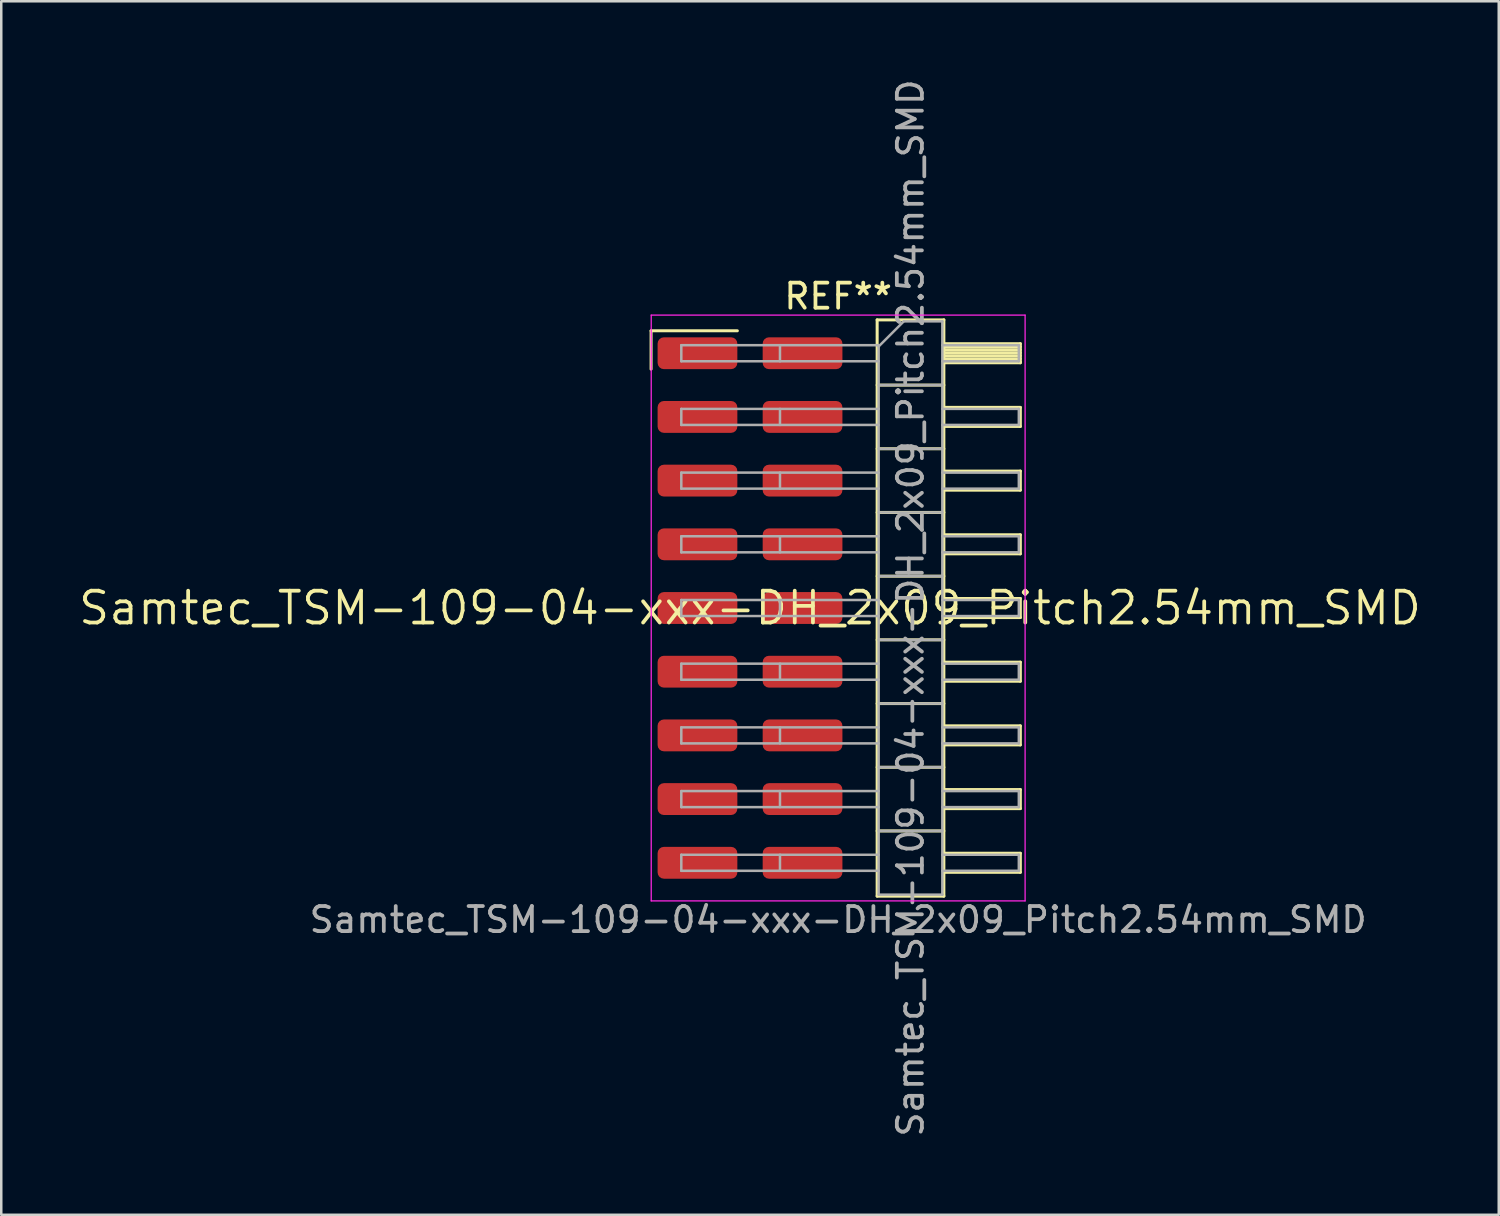
<source format=kicad_pcb>
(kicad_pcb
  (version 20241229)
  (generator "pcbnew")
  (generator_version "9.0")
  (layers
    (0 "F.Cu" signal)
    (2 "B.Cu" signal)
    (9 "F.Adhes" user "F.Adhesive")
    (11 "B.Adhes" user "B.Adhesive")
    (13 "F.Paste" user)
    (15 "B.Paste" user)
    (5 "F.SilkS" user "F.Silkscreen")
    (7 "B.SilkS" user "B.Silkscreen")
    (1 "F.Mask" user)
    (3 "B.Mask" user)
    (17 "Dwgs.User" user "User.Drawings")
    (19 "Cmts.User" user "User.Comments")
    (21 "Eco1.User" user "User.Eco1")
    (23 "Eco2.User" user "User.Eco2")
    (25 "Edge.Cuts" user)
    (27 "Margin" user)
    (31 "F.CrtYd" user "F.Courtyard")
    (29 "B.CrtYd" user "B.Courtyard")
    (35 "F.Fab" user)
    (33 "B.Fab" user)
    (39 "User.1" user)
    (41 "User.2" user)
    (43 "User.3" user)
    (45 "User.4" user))
  (footprint "Samtec_TSM-109-04-xxx-DH_2x09_Pitch2.54mm_SMD"
    (layer "F.Cu")
    (at 26.859 21.196)
    (property "Reference" "Samtec_TSM-109-04-xxx-DH_2x09_Pitch2.54mm_SMD" (at 0 0 0) (layer "F.SilkS") (effects (font (size 1.27 1.27) (thickness 0.15))))
    (attr smd)
    (fp_line (start -3.945 -11.055) (end -0.505 -11.055) (stroke (width 0.12) (type solid)) (layer "F.SilkS"))
    (fp_line (start -3.945 -9.525) (end -3.945 -11.055) (stroke (width 0.12) (type solid)) (layer "F.SilkS"))
    (fp_line (start 5.07 -11.49) (end 7.73 -11.49) (stroke (width 0.12) (type solid)) (layer "F.SilkS"))
    (fp_line (start 5.07 -8.89) (end 7.73 -8.89) (stroke (width 0.12) (type solid)) (layer "F.SilkS"))
    (fp_line (start 5.07 -6.35) (end 7.73 -6.35) (stroke (width 0.12) (type solid)) (layer "F.SilkS"))
    (fp_line (start 5.07 -3.81) (end 7.73 -3.81) (stroke (width 0.12) (type solid)) (layer "F.SilkS"))
    (fp_line (start 5.07 -1.27) (end 7.73 -1.27) (stroke (width 0.12) (type solid)) (layer "F.SilkS"))
    (fp_line (start 5.07 1.27) (end 7.73 1.27) (stroke (width 0.12) (type solid)) (layer "F.SilkS"))
    (fp_line (start 5.07 3.81) (end 7.73 3.81) (stroke (width 0.12) (type solid)) (layer "F.SilkS"))
    (fp_line (start 5.07 6.35) (end 7.73 6.35) (stroke (width 0.12) (type solid)) (layer "F.SilkS"))
    (fp_line (start 5.07 8.89) (end 7.73 8.89) (stroke (width 0.12) (type solid)) (layer "F.SilkS"))
    (fp_line (start 5.07 11.49) (end 5.07 -11.49) (stroke (width 0.12) (type solid)) (layer "F.SilkS"))
    (fp_line (start 7.73 -11.49) (end 7.73 11.49) (stroke (width 0.12) (type solid)) (layer "F.SilkS"))
    (fp_line (start 7.73 -10.54) (end 10.78 -10.54) (stroke (width 0.12) (type solid)) (layer "F.SilkS"))
    (fp_line (start 7.73 -10.42) (end 10.78 -10.42) (stroke (width 0.12) (type solid)) (layer "F.SilkS"))
    (fp_line (start 7.73 -10.3) (end 10.78 -10.3) (stroke (width 0.12) (type solid)) (layer "F.SilkS"))
    (fp_line (start 7.73 -10.18) (end 10.78 -10.18) (stroke (width 0.12) (type solid)) (layer "F.SilkS"))
    (fp_line (start 7.73 -10.06) (end 10.78 -10.06) (stroke (width 0.12) (type solid)) (layer "F.SilkS"))
    (fp_line (start 7.73 -9.94) (end 10.78 -9.94) (stroke (width 0.12) (type solid)) (layer "F.SilkS"))
    (fp_line (start 7.73 -9.82) (end 10.78 -9.82) (stroke (width 0.12) (type solid)) (layer "F.SilkS"))
    (fp_line (start 7.73 -9.78) (end 10.78 -9.78) (stroke (width 0.12) (type solid)) (layer "F.SilkS"))
    (fp_line (start 7.73 -8) (end 10.78 -8) (stroke (width 0.12) (type solid)) (layer "F.SilkS"))
    (fp_line (start 7.73 -7.24) (end 10.78 -7.24) (stroke (width 0.12) (type solid)) (layer "F.SilkS"))
    (fp_line (start 7.73 -5.46) (end 10.78 -5.46) (stroke (width 0.12) (type solid)) (layer "F.SilkS"))
    (fp_line (start 7.73 -4.7) (end 10.78 -4.7) (stroke (width 0.12) (type solid)) (layer "F.SilkS"))
    (fp_line (start 7.73 -2.92) (end 10.78 -2.92) (stroke (width 0.12) (type solid)) (layer "F.SilkS"))
    (fp_line (start 7.73 -2.16) (end 10.78 -2.16) (stroke (width 0.12) (type solid)) (layer "F.SilkS"))
    (fp_line (start 7.73 -0.38) (end 10.78 -0.38) (stroke (width 0.12) (type solid)) (layer "F.SilkS"))
    (fp_line (start 7.73 0.38) (end 10.78 0.38) (stroke (width 0.12) (type solid)) (layer "F.SilkS"))
    (fp_line (start 7.73 2.16) (end 10.78 2.16) (stroke (width 0.12) (type solid)) (layer "F.SilkS"))
    (fp_line (start 7.73 2.92) (end 10.78 2.92) (stroke (width 0.12) (type solid)) (layer "F.SilkS"))
    (fp_line (start 7.73 4.7) (end 10.78 4.7) (stroke (width 0.12) (type solid)) (layer "F.SilkS"))
    (fp_line (start 7.73 5.46) (end 10.78 5.46) (stroke (width 0.12) (type solid)) (layer "F.SilkS"))
    (fp_line (start 7.73 7.24) (end 10.78 7.24) (stroke (width 0.12) (type solid)) (layer "F.SilkS"))
    (fp_line (start 7.73 8) (end 10.78 8) (stroke (width 0.12) (type solid)) (layer "F.SilkS"))
    (fp_line (start 7.73 9.78) (end 10.78 9.78) (stroke (width 0.12) (type solid)) (layer "F.SilkS"))
    (fp_line (start 7.73 10.54) (end 10.78 10.54) (stroke (width 0.12) (type solid)) (layer "F.SilkS"))
    (fp_line (start 7.73 11.49) (end 5.07 11.49) (stroke (width 0.12) (type solid)) (layer "F.SilkS"))
    (fp_line (start 10.78 -10.54) (end 10.78 -9.78) (stroke (width 0.12) (type solid)) (layer "F.SilkS"))
    (fp_line (start 10.78 -8) (end 10.78 -7.24) (stroke (width 0.12) (type solid)) (layer "F.SilkS"))
    (fp_line (start 10.78 -5.46) (end 10.78 -4.7) (stroke (width 0.12) (type solid)) (layer "F.SilkS"))
    (fp_line (start 10.78 -2.92) (end 10.78 -2.16) (stroke (width 0.12) (type solid)) (layer "F.SilkS"))
    (fp_line (start 10.78 -0.38) (end 10.78 0.38) (stroke (width 0.12) (type solid)) (layer "F.SilkS"))
    (fp_line (start 10.78 2.16) (end 10.78 2.92) (stroke (width 0.12) (type solid)) (layer "F.SilkS"))
    (fp_line (start 10.78 4.7) (end 10.78 5.46) (stroke (width 0.12) (type solid)) (layer "F.SilkS"))
    (fp_line (start 10.78 7.24) (end 10.78 8) (stroke (width 0.12) (type solid)) (layer "F.SilkS"))
    (fp_line (start 10.78 9.78) (end 10.78 10.54) (stroke (width 0.12) (type solid)) (layer "F.SilkS"))
    (fp_line (start -3.94 -11.68) (end 10.97 -11.68) (stroke (width 0.05) (type solid)) (layer "F.CrtYd"))
    (fp_line (start -3.94 11.68) (end -3.94 -11.68) (stroke (width 0.05) (type solid)) (layer "F.CrtYd"))
    (fp_line (start 10.97 -11.68) (end 10.97 11.68) (stroke (width 0.05) (type solid)) (layer "F.CrtYd"))
    (fp_line (start 10.97 11.68) (end -3.94 11.68) (stroke (width 0.05) (type solid)) (layer "F.CrtYd"))
    (fp_line (start -2.74 -10.48) (end -2.74 -9.84) (stroke (width 0.1) (type solid)) (layer "F.Fab"))
    (fp_line (start -2.74 -10.48) (end 5.13 -10.48) (stroke (width 0.1) (type solid)) (layer "F.Fab"))
    (fp_line (start -2.74 -9.84) (end 5.13 -9.84) (stroke (width 0.1) (type solid)) (layer "F.Fab"))
    (fp_line (start -2.74 -7.94) (end -2.74 -7.3) (stroke (width 0.1) (type solid)) (layer "F.Fab"))
    (fp_line (start -2.74 -7.94) (end 5.13 -7.94) (stroke (width 0.1) (type solid)) (layer "F.Fab"))
    (fp_line (start -2.74 -7.3) (end 5.13 -7.3) (stroke (width 0.1) (type solid)) (layer "F.Fab"))
    (fp_line (start -2.74 -5.4) (end -2.74 -4.76) (stroke (width 0.1) (type solid)) (layer "F.Fab"))
    (fp_line (start -2.74 -5.4) (end 5.13 -5.4) (stroke (width 0.1) (type solid)) (layer "F.Fab"))
    (fp_line (start -2.74 -4.76) (end 5.13 -4.76) (stroke (width 0.1) (type solid)) (layer "F.Fab"))
    (fp_line (start -2.74 -2.86) (end -2.74 -2.22) (stroke (width 0.1) (type solid)) (layer "F.Fab"))
    (fp_line (start -2.74 -2.86) (end 5.13 -2.86) (stroke (width 0.1) (type solid)) (layer "F.Fab"))
    (fp_line (start -2.74 -2.22) (end 5.13 -2.22) (stroke (width 0.1) (type solid)) (layer "F.Fab"))
    (fp_line (start -2.74 -0.32) (end -2.74 0.32) (stroke (width 0.1) (type solid)) (layer "F.Fab"))
    (fp_line (start -2.74 -0.32) (end 5.13 -0.32) (stroke (width 0.1) (type solid)) (layer "F.Fab"))
    (fp_line (start -2.74 0.32) (end 5.13 0.32) (stroke (width 0.1) (type solid)) (layer "F.Fab"))
    (fp_line (start -2.74 2.22) (end -2.74 2.86) (stroke (width 0.1) (type solid)) (layer "F.Fab"))
    (fp_line (start -2.74 2.22) (end 5.13 2.22) (stroke (width 0.1) (type solid)) (layer "F.Fab"))
    (fp_line (start -2.74 2.86) (end 5.13 2.86) (stroke (width 0.1) (type solid)) (layer "F.Fab"))
    (fp_line (start -2.74 4.76) (end -2.74 5.4) (stroke (width 0.1) (type solid)) (layer "F.Fab"))
    (fp_line (start -2.74 4.76) (end 5.13 4.76) (stroke (width 0.1) (type solid)) (layer "F.Fab"))
    (fp_line (start -2.74 5.4) (end 5.13 5.4) (stroke (width 0.1) (type solid)) (layer "F.Fab"))
    (fp_line (start -2.74 7.3) (end -2.74 7.94) (stroke (width 0.1) (type solid)) (layer "F.Fab"))
    (fp_line (start -2.74 7.3) (end 5.13 7.3) (stroke (width 0.1) (type solid)) (layer "F.Fab"))
    (fp_line (start -2.74 7.94) (end 5.13 7.94) (stroke (width 0.1) (type solid)) (layer "F.Fab"))
    (fp_line (start -2.74 9.84) (end -2.74 10.48) (stroke (width 0.1) (type solid)) (layer "F.Fab"))
    (fp_line (start -2.74 9.84) (end 5.13 9.84) (stroke (width 0.1) (type solid)) (layer "F.Fab"))
    (fp_line (start -2.74 10.48) (end 5.13 10.48) (stroke (width 0.1) (type solid)) (layer "F.Fab"))
    (fp_line (start 1.195 -10.48) (end 1.195 -9.84) (stroke (width 0.1) (type solid)) (layer "F.Fab"))
    (fp_line (start 1.195 -7.94) (end 1.195 -7.3) (stroke (width 0.1) (type solid)) (layer "F.Fab"))
    (fp_line (start 1.195 -5.4) (end 1.195 -4.76) (stroke (width 0.1) (type solid)) (layer "F.Fab"))
    (fp_line (start 1.195 -2.86) (end 1.195 -2.22) (stroke (width 0.1) (type solid)) (layer "F.Fab"))
    (fp_line (start 1.195 -0.32) (end 1.195 0.32) (stroke (width 0.1) (type solid)) (layer "F.Fab"))
    (fp_line (start 1.195 2.22) (end 1.195 2.86) (stroke (width 0.1) (type solid)) (layer "F.Fab"))
    (fp_line (start 1.195 4.76) (end 1.195 5.4) (stroke (width 0.1) (type solid)) (layer "F.Fab"))
    (fp_line (start 1.195 7.3) (end 1.195 7.94) (stroke (width 0.1) (type solid)) (layer "F.Fab"))
    (fp_line (start 1.195 9.84) (end 1.195 10.48) (stroke (width 0.1) (type solid)) (layer "F.Fab"))
    (fp_line (start 5.13 -10.43) (end 6.13 -11.43) (stroke (width 0.1) (type solid)) (layer "F.Fab"))
    (fp_line (start 5.13 -8.89) (end 7.67 -8.89) (stroke (width 0.1) (type solid)) (layer "F.Fab"))
    (fp_line (start 5.13 -6.35) (end 7.67 -6.35) (stroke (width 0.1) (type solid)) (layer "F.Fab"))
    (fp_line (start 5.13 -3.81) (end 7.67 -3.81) (stroke (width 0.1) (type solid)) (layer "F.Fab"))
    (fp_line (start 5.13 -1.27) (end 7.67 -1.27) (stroke (width 0.1) (type solid)) (layer "F.Fab"))
    (fp_line (start 5.13 1.27) (end 7.67 1.27) (stroke (width 0.1) (type solid)) (layer "F.Fab"))
    (fp_line (start 5.13 3.81) (end 7.67 3.81) (stroke (width 0.1) (type solid)) (layer "F.Fab"))
    (fp_line (start 5.13 6.35) (end 7.67 6.35) (stroke (width 0.1) (type solid)) (layer "F.Fab"))
    (fp_line (start 5.13 8.89) (end 7.67 8.89) (stroke (width 0.1) (type solid)) (layer "F.Fab"))
    (fp_line (start 5.13 11.43) (end 5.13 -10.43) (stroke (width 0.1) (type solid)) (layer "F.Fab"))
    (fp_line (start 6.13 -11.43) (end 7.67 -11.43) (stroke (width 0.1) (type solid)) (layer "F.Fab"))
    (fp_line (start 7.67 -11.43) (end 7.67 11.43) (stroke (width 0.1) (type solid)) (layer "F.Fab"))
    (fp_line (start 7.67 -10.48) (end 10.72 -10.48) (stroke (width 0.1) (type solid)) (layer "F.Fab"))
    (fp_line (start 7.67 -9.84) (end 10.72 -9.84) (stroke (width 0.1) (type solid)) (layer "F.Fab"))
    (fp_line (start 7.67 -7.94) (end 10.72 -7.94) (stroke (width 0.1) (type solid)) (layer "F.Fab"))
    (fp_line (start 7.67 -7.3) (end 10.72 -7.3) (stroke (width 0.1) (type solid)) (layer "F.Fab"))
    (fp_line (start 7.67 -5.4) (end 10.72 -5.4) (stroke (width 0.1) (type solid)) (layer "F.Fab"))
    (fp_line (start 7.67 -4.76) (end 10.72 -4.76) (stroke (width 0.1) (type solid)) (layer "F.Fab"))
    (fp_line (start 7.67 -2.86) (end 10.72 -2.86) (stroke (width 0.1) (type solid)) (layer "F.Fab"))
    (fp_line (start 7.67 -2.22) (end 10.72 -2.22) (stroke (width 0.1) (type solid)) (layer "F.Fab"))
    (fp_line (start 7.67 -0.32) (end 10.72 -0.32) (stroke (width 0.1) (type solid)) (layer "F.Fab"))
    (fp_line (start 7.67 0.32) (end 10.72 0.32) (stroke (width 0.1) (type solid)) (layer "F.Fab"))
    (fp_line (start 7.67 2.22) (end 10.72 2.22) (stroke (width 0.1) (type solid)) (layer "F.Fab"))
    (fp_line (start 7.67 2.86) (end 10.72 2.86) (stroke (width 0.1) (type solid)) (layer "F.Fab"))
    (fp_line (start 7.67 4.76) (end 10.72 4.76) (stroke (width 0.1) (type solid)) (layer "F.Fab"))
    (fp_line (start 7.67 5.4) (end 10.72 5.4) (stroke (width 0.1) (type solid)) (layer "F.Fab"))
    (fp_line (start 7.67 7.3) (end 10.72 7.3) (stroke (width 0.1) (type solid)) (layer "F.Fab"))
    (fp_line (start 7.67 7.94) (end 10.72 7.94) (stroke (width 0.1) (type solid)) (layer "F.Fab"))
    (fp_line (start 7.67 9.84) (end 10.72 9.84) (stroke (width 0.1) (type solid)) (layer "F.Fab"))
    (fp_line (start 7.67 10.48) (end 10.72 10.48) (stroke (width 0.1) (type solid)) (layer "F.Fab"))
    (fp_line (start 7.67 11.43) (end 5.13 11.43) (stroke (width 0.1) (type solid)) (layer "F.Fab"))
    (fp_line (start 10.72 -10.48) (end 10.72 -9.84) (stroke (width 0.1) (type solid)) (layer "F.Fab"))
    (fp_line (start 10.72 -7.94) (end 10.72 -7.3) (stroke (width 0.1) (type solid)) (layer "F.Fab"))
    (fp_line (start 10.72 -5.4) (end 10.72 -4.76) (stroke (width 0.1) (type solid)) (layer "F.Fab"))
    (fp_line (start 10.72 -2.86) (end 10.72 -2.22) (stroke (width 0.1) (type solid)) (layer "F.Fab"))
    (fp_line (start 10.72 -0.32) (end 10.72 0.32) (stroke (width 0.1) (type solid)) (layer "F.Fab"))
    (fp_line (start 10.72 2.22) (end 10.72 2.86) (stroke (width 0.1) (type solid)) (layer "F.Fab"))
    (fp_line (start 10.72 4.76) (end 10.72 5.4) (stroke (width 0.1) (type solid)) (layer "F.Fab"))
    (fp_line (start 10.72 7.3) (end 10.72 7.94) (stroke (width 0.1) (type solid)) (layer "F.Fab"))
    (fp_line (start 10.72 9.84) (end 10.72 10.48) (stroke (width 0.1) (type solid)) (layer "F.Fab"))
    (fp_text user "REF**" (at 3.515 -12.43 0) (layer "F.SilkS") (effects (font (size 1 1) (thickness 0.15))))
    (fp_text user "${REFERENCE}" (at 6.4 0 90) (layer "F.Fab") (effects (font (size 1 1) (thickness 0.15))))
    (fp_text user "Samtec_TSM-109-04-xxx-DH_2x09_Pitch2.54mm_SMD" (at 3.515 12.43 0) (layer "F.Fab") (effects (font (size 1 1) (thickness 0.15))))
    (pad "1" smd roundrect (at -2.095 -10.16) (size 3.18 1.27) (layers "F.Cu" "F.Mask" "F.Paste") (roundrect_rratio 0.197))
    (pad "2" smd roundrect (at 2.095 -10.16) (size 3.18 1.27) (layers "F.Cu" "F.Mask" "F.Paste") (roundrect_rratio 0.197))
    (pad "3" smd roundrect (at -2.095 -7.62) (size 3.18 1.27) (layers "F.Cu" "F.Mask" "F.Paste") (roundrect_rratio 0.197))
    (pad "4" smd roundrect (at 2.095 -7.62) (size 3.18 1.27) (layers "F.Cu" "F.Mask" "F.Paste") (roundrect_rratio 0.197))
    (pad "5" smd roundrect (at -2.095 -5.08) (size 3.18 1.27) (layers "F.Cu" "F.Mask" "F.Paste") (roundrect_rratio 0.197))
    (pad "6" smd roundrect (at 2.095 -5.08) (size 3.18 1.27) (layers "F.Cu" "F.Mask" "F.Paste") (roundrect_rratio 0.197))
    (pad "7" smd roundrect (at -2.095 -2.54) (size 3.18 1.27) (layers "F.Cu" "F.Mask" "F.Paste") (roundrect_rratio 0.197))
    (pad "8" smd roundrect (at 2.095 -2.54) (size 3.18 1.27) (layers "F.Cu" "F.Mask" "F.Paste") (roundrect_rratio 0.197))
    (pad "9" smd roundrect (at -2.095 0) (size 3.18 1.27) (layers "F.Cu" "F.Mask" "F.Paste") (roundrect_rratio 0.197))
    (pad "10" smd roundrect (at 2.095 0) (size 3.18 1.27) (layers "F.Cu" "F.Mask" "F.Paste") (roundrect_rratio 0.197))
    (pad "11" smd roundrect (at -2.095 2.54) (size 3.18 1.27) (layers "F.Cu" "F.Mask" "F.Paste") (roundrect_rratio 0.197))
    (pad "12" smd roundrect (at 2.095 2.54) (size 3.18 1.27) (layers "F.Cu" "F.Mask" "F.Paste") (roundrect_rratio 0.197))
    (pad "13" smd roundrect (at -2.095 5.08) (size 3.18 1.27) (layers "F.Cu" "F.Mask" "F.Paste") (roundrect_rratio 0.197))
    (pad "14" smd roundrect (at 2.095 5.08) (size 3.18 1.27) (layers "F.Cu" "F.Mask" "F.Paste") (roundrect_rratio 0.197))
    (pad "15" smd roundrect (at -2.095 7.62) (size 3.18 1.27) (layers "F.Cu" "F.Mask" "F.Paste") (roundrect_rratio 0.197))
    (pad "16" smd roundrect (at 2.095 7.62) (size 3.18 1.27) (layers "F.Cu" "F.Mask" "F.Paste") (roundrect_rratio 0.197))
    (pad "17" smd roundrect (at -2.095 10.16) (size 3.18 1.27) (layers "F.Cu" "F.Mask" "F.Paste") (roundrect_rratio 0.197))
    (pad "18" smd roundrect (at 2.095 10.16) (size 3.18 1.27) (layers "F.Cu" "F.Mask" "F.Paste") (roundrect_rratio 0.197)))
  (gr_rect
    (start -3 -3)
    (end 56.717 45.393)
    (stroke (width 0.1) (type default))
    (fill no)
    (layer "Edge.Cuts")))
</source>
